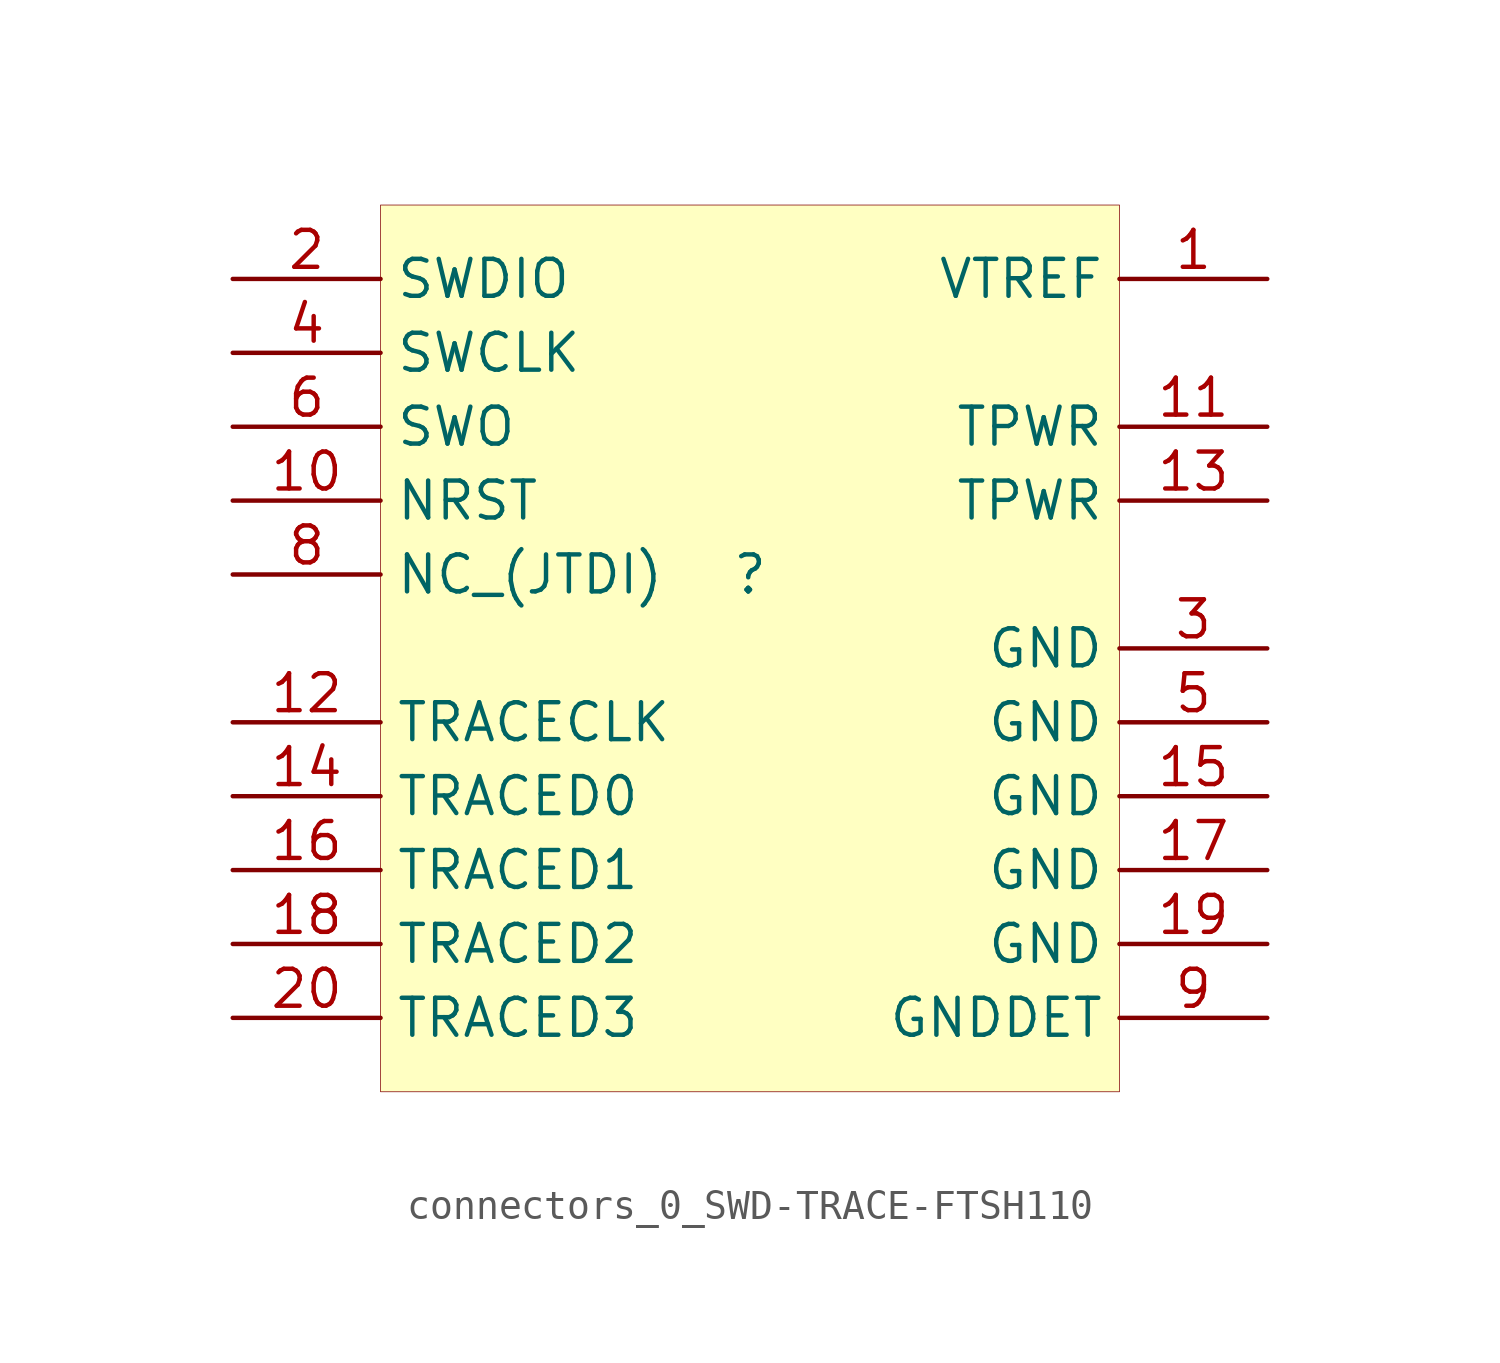
<source format=kicad_sym>
(kicad_symbol_lib
  (version 20231120)
  (generator "kicad_symbol_editor")
  (generator_version "7.99")
  (symbol "connectors_0_SWD-TRACE-FTSH110"
    (property "Reference" ""
      (at 0 0 0)
      (effects (font (size 1.27 1.27))))
    (property "Value" ""
      (at 0 0 0)
      (effects (font (size 1.27 1.27))))
    (symbol "connectors_0_SWD-TRACE-FTSH110_1_0"
      (rectangle (start 12.7 12.7) (end -12.7 -17.78) (stroke (width 0.025) (type solid) (color 128 0 0 1)) (fill (type background)))
      (pin passive line (at 17.78 10.16 180) (length 5.08) (name "VTREF" (effects (font (size 1.27 1.27)))) (number "1" (effects (font (size 1.27 1.27)))))
      (pin passive line (at -17.78 2.54 0) (length 5.08) (name "NRST" (effects (font (size 1.27 1.27)))) (number "10" (effects (font (size 1.27 1.27)))))
      (pin passive line (at 17.78 5.08 180) (length 5.08) (name "TPWR" (effects (font (size 1.27 1.27)))) (number "11" (effects (font (size 1.27 1.27)))))
      (pin passive line (at -17.78 -5.08 0) (length 5.08) (name "TRACECLK" (effects (font (size 1.27 1.27)))) (number "12" (effects (font (size 1.27 1.27)))))
      (pin passive line (at 17.78 2.54 180) (length 5.08) (name "TPWR" (effects (font (size 1.27 1.27)))) (number "13" (effects (font (size 1.27 1.27)))))
      (pin passive line (at -17.78 -7.62 0) (length 5.08) (name "TRACED0" (effects (font (size 1.27 1.27)))) (number "14" (effects (font (size 1.27 1.27)))))
      (pin passive line (at 17.78 -7.62 180) (length 5.08) (name "GND" (effects (font (size 1.27 1.27)))) (number "15" (effects (font (size 1.27 1.27)))))
      (pin passive line (at -17.78 -10.16 0) (length 5.08) (name "TRACED1" (effects (font (size 1.27 1.27)))) (number "16" (effects (font (size 1.27 1.27)))))
      (pin passive line (at 17.78 -10.16 180) (length 5.08) (name "GND" (effects (font (size 1.27 1.27)))) (number "17" (effects (font (size 1.27 1.27)))))
      (pin passive line (at -17.78 -12.7 0) (length 5.08) (name "TRACED2" (effects (font (size 1.27 1.27)))) (number "18" (effects (font (size 1.27 1.27)))))
      (pin passive line (at 17.78 -12.7 180) (length 5.08) (name "GND" (effects (font (size 1.27 1.27)))) (number "19" (effects (font (size 1.27 1.27)))))
      (pin passive line (at -17.78 10.16 0) (length 5.08) (name "SWDIO" (effects (font (size 1.27 1.27)))) (number "2" (effects (font (size 1.27 1.27)))))
      (pin passive line (at -17.78 -15.24 0) (length 5.08) (name "TRACED3" (effects (font (size 1.27 1.27)))) (number "20" (effects (font (size 1.27 1.27)))))
      (pin passive line (at 17.78 -2.54 180) (length 5.08) (name "GND" (effects (font (size 1.27 1.27)))) (number "3" (effects (font (size 1.27 1.27)))))
      (pin passive line (at -17.78 7.62 0) (length 5.08) (name "SWCLK" (effects (font (size 1.27 1.27)))) (number "4" (effects (font (size 1.27 1.27)))))
      (pin passive line (at 17.78 -5.08 180) (length 5.08) (name "GND" (effects (font (size 1.27 1.27)))) (number "5" (effects (font (size 1.27 1.27)))))
      (pin passive line (at -17.78 5.08 0) (length 5.08) (name "SWO" (effects (font (size 1.27 1.27)))) (number "6" (effects (font (size 1.27 1.27)))))
      (pin passive line (at -17.78 0 0) (length 5.08) (name "NC_(JTDI)" (effects (font (size 1.27 1.27)))) (number "8" (effects (font (size 1.27 1.27)))))
      (pin passive line (at 17.78 -15.24 180) (length 5.08) (name "GNDDET" (effects (font (size 1.27 1.27)))) (number "9" (effects (font (size 1.27 1.27))))))))
</source>
